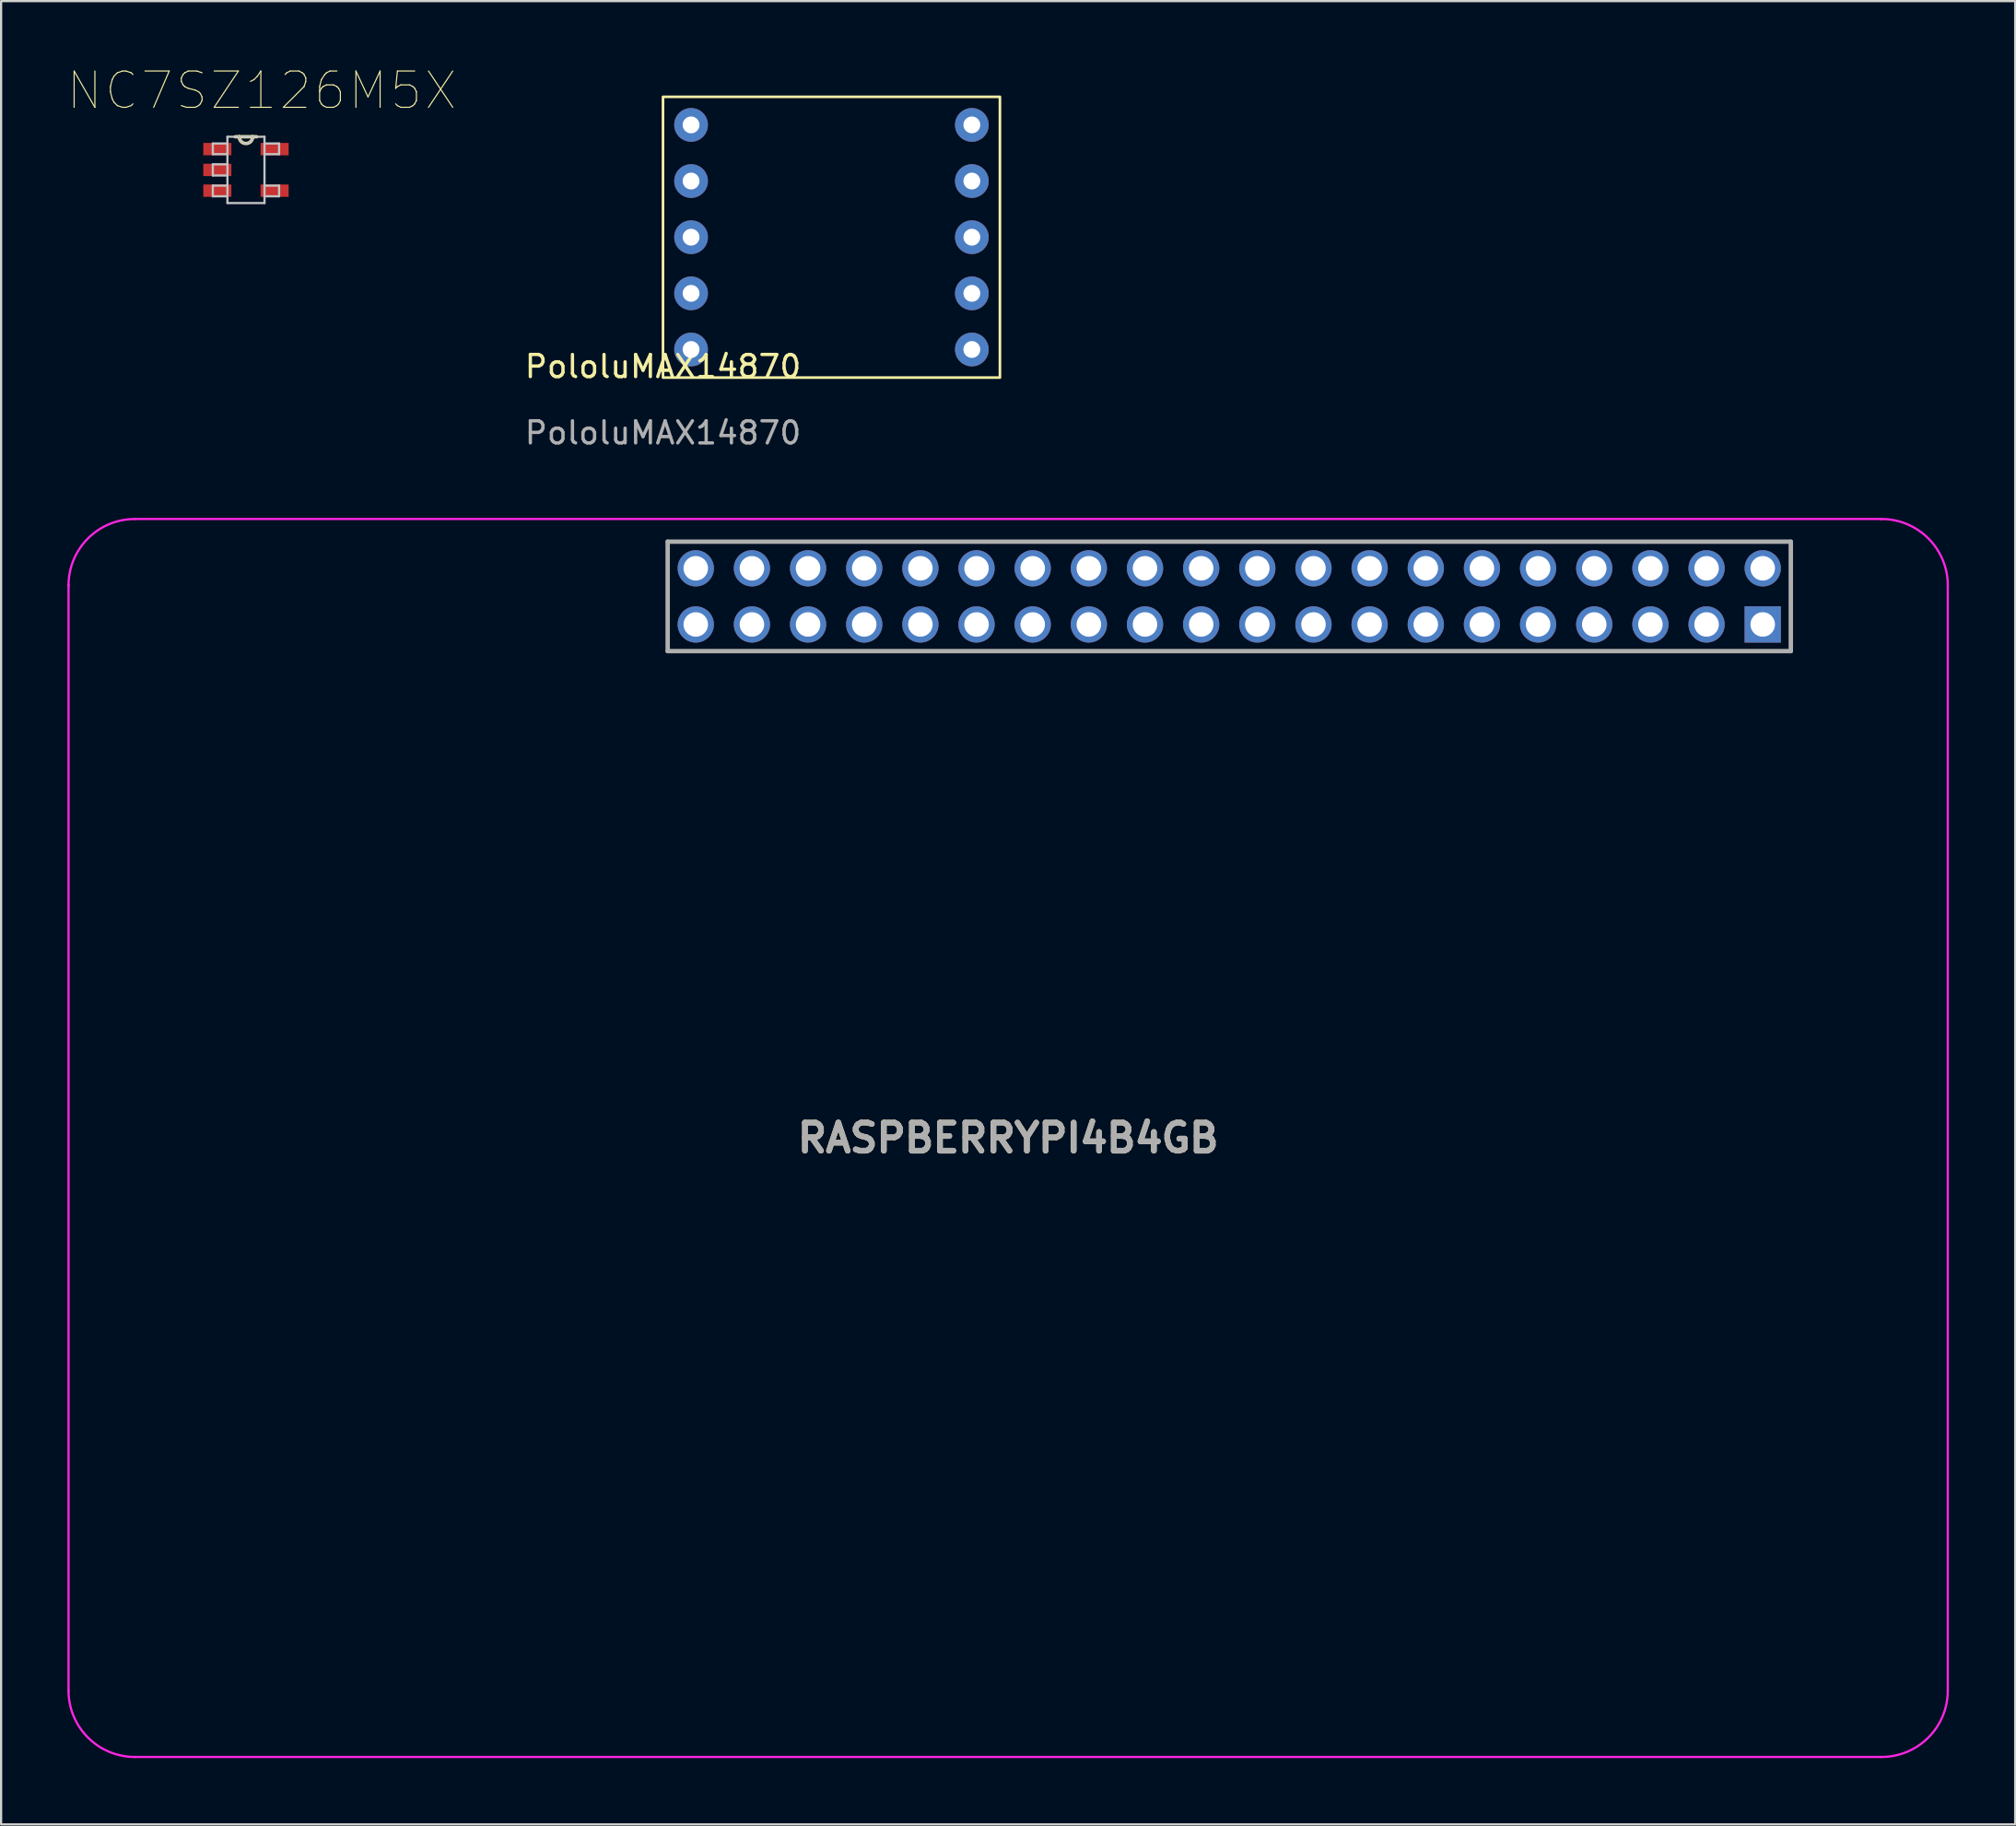
<source format=kicad_pcb>
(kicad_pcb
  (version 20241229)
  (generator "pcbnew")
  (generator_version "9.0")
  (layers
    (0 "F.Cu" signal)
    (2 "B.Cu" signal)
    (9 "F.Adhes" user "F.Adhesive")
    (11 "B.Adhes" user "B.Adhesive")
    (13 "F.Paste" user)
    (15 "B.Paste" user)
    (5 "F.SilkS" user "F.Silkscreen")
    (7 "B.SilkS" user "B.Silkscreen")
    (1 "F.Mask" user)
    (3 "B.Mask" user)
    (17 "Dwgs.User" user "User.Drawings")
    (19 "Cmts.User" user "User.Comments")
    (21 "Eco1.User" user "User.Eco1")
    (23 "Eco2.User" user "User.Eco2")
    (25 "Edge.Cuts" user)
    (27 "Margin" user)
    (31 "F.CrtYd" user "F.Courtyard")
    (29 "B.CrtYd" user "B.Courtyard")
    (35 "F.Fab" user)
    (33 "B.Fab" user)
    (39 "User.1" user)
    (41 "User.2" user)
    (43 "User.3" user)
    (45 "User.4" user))
  (footprint "PololuMAX14870"
    (layer "F.Cu")
    (at 26.938 14.03)
    (property "Reference" "PololuMAX14870" (at 0 -0.5 0) (unlocked yes) (layer "F.SilkS") (effects (font (size 1 1) (thickness 0.15))))
    (attr through_hole)
    (fp_rect (start 0 0) (end 15.24 -12.7) (stroke (width 0.12) (type solid)) (fill no) (layer "F.SilkS"))
    (fp_rect (start -1.27 -13.97) (end 16.51 1.27) (stroke (width 0.12) (type solid)) (fill no) (layer "Margin"))
    (fp_text user "${REFERENCE}" (at 0 2.5 0) (unlocked yes) (layer "F.Fab") (effects (font (size 1 1) (thickness 0.15))))
    (pad "1" thru_hole circle (at 1.27 -11.43) (size 1.524 1.524) (drill 0.762) (layers "*.Cu" "*.Mask"))
    (pad "2" thru_hole circle (at 1.27 -8.89) (size 1.524 1.524) (drill 0.762) (layers "*.Cu" "*.Mask"))
    (pad "3" thru_hole circle (at 1.27 -6.35) (size 1.524 1.524) (drill 0.762) (layers "*.Cu" "*.Mask"))
    (pad "4" thru_hole circle (at 1.27 -3.81) (size 1.524 1.524) (drill 0.762) (layers "*.Cu" "*.Mask"))
    (pad "5" thru_hole circle (at 1.27 -1.27) (size 1.524 1.524) (drill 0.762) (layers "*.Cu" "*.Mask"))
    (pad "5" thru_hole circle (at 13.97 -1.27) (size 1.524 1.524) (drill 0.762) (layers "*.Cu" "*.Mask"))
    (pad "6" thru_hole circle (at 13.97 -11.43) (size 1.524 1.524) (drill 0.762) (layers "*.Cu" "*.Mask"))
    (pad "7" thru_hole circle (at 13.97 -8.89) (size 1.524 1.524) (drill 0.762) (layers "*.Cu" "*.Mask"))
    (pad "8" thru_hole circle (at 13.97 -6.35) (size 1.524 1.524) (drill 0.762) (layers "*.Cu" "*.Mask"))
    (pad "9" thru_hole circle (at 13.97 -3.81) (size 1.524 1.524) (drill 0.762) (layers "*.Cu" "*.Mask")))
  (footprint "NC7SZ126M5X"
    (layer "F.Cu")
    (at 8.075 4.635)
    (property "Reference" "NC7SZ126M5X" (at 0.712 -3.587 0) (layer "F.SilkS") (effects (font (size 1.642 1.642) (thickness 0.05))))
    (attr smd)
    (fp_line (start -0.305 -1.499) (end -0.483 -1.499) (stroke (width 0.152) (type solid)) (layer "F.SilkS"))
    (fp_line (start 0.305 -1.499) (end -0.305 -1.499) (stroke (width 0.152) (type solid)) (layer "F.SilkS"))
    (fp_line (start 0.483 -1.499) (end 0.305 -1.499) (stroke (width 0.152) (type solid)) (layer "F.SilkS"))
    (fp_arc (start 0.3048 -1.4986) (mid 0 -1.1938) (end -0.3048 -1.4986) (stroke (width 0.1524) (type solid)) (layer "F.SilkS"))
    (fp_line (start -1.499 -1.194) (end -1.499 -0.711) (stroke (width 0.1) (type solid)) (layer "Dwgs.User"))
    (fp_line (start -1.499 -0.711) (end -0.838 -0.711) (stroke (width 0.1) (type solid)) (layer "Dwgs.User"))
    (fp_line (start -1.499 -0.254) (end -1.499 0.254) (stroke (width 0.1) (type solid)) (layer "Dwgs.User"))
    (fp_line (start -1.499 0.254) (end -0.838 0.254) (stroke (width 0.1) (type solid)) (layer "Dwgs.User"))
    (fp_line (start -1.499 0.711) (end -1.499 1.194) (stroke (width 0.1) (type solid)) (layer "Dwgs.User"))
    (fp_line (start -1.499 1.194) (end -0.838 1.194) (stroke (width 0.1) (type solid)) (layer "Dwgs.User"))
    (fp_line (start -0.838 -1.499) (end -0.838 -1.194) (stroke (width 0.1) (type solid)) (layer "Dwgs.User"))
    (fp_line (start -0.838 -1.194) (end -1.499 -1.194) (stroke (width 0.1) (type solid)) (layer "Dwgs.User"))
    (fp_line (start -0.838 -1.194) (end -0.838 -0.711) (stroke (width 0.1) (type solid)) (layer "Dwgs.User"))
    (fp_line (start -0.838 -0.711) (end -0.838 -0.254) (stroke (width 0.1) (type solid)) (layer "Dwgs.User"))
    (fp_line (start -0.838 -0.254) (end -1.499 -0.254) (stroke (width 0.1) (type solid)) (layer "Dwgs.User"))
    (fp_line (start -0.838 -0.254) (end -0.838 0.254) (stroke (width 0.1) (type solid)) (layer "Dwgs.User"))
    (fp_line (start -0.838 0.254) (end -0.838 0.711) (stroke (width 0.1) (type solid)) (layer "Dwgs.User"))
    (fp_line (start -0.838 0.711) (end -1.499 0.711) (stroke (width 0.1) (type solid)) (layer "Dwgs.User"))
    (fp_line (start -0.838 1.194) (end -0.838 0.711) (stroke (width 0.1) (type solid)) (layer "Dwgs.User"))
    (fp_line (start -0.838 1.499) (end -0.838 1.194) (stroke (width 0.1) (type solid)) (layer "Dwgs.User"))
    (fp_line (start -0.838 1.499) (end 0.838 1.499) (stroke (width 0.1) (type solid)) (layer "Dwgs.User"))
    (fp_line (start -0.305 -1.499) (end -0.838 -1.499) (stroke (width 0.1) (type solid)) (layer "Dwgs.User"))
    (fp_line (start 0.305 -1.499) (end -0.305 -1.499) (stroke (width 0.1) (type solid)) (layer "Dwgs.User"))
    (fp_line (start 0.838 -1.499) (end 0.305 -1.499) (stroke (width 0.1) (type solid)) (layer "Dwgs.User"))
    (fp_line (start 0.838 -1.499) (end 0.838 -1.194) (stroke (width 0.1) (type solid)) (layer "Dwgs.User"))
    (fp_line (start 0.838 -1.194) (end 0.838 -0.711) (stroke (width 0.1) (type solid)) (layer "Dwgs.User"))
    (fp_line (start 0.838 -0.711) (end 1.499 -0.711) (stroke (width 0.1) (type solid)) (layer "Dwgs.User"))
    (fp_line (start 0.838 0.711) (end 0.838 -0.711) (stroke (width 0.1) (type solid)) (layer "Dwgs.User"))
    (fp_line (start 0.838 1.194) (end 0.838 0.711) (stroke (width 0.1) (type solid)) (layer "Dwgs.User"))
    (fp_line (start 0.838 1.194) (end 1.499 1.194) (stroke (width 0.1) (type solid)) (layer "Dwgs.User"))
    (fp_line (start 0.838 1.499) (end 0.838 1.194) (stroke (width 0.1) (type solid)) (layer "Dwgs.User"))
    (fp_line (start 1.499 -1.194) (end 0.838 -1.194) (stroke (width 0.1) (type solid)) (layer "Dwgs.User"))
    (fp_line (start 1.499 -0.711) (end 1.499 -1.194) (stroke (width 0.1) (type solid)) (layer "Dwgs.User"))
    (fp_line (start 1.499 0.711) (end 0.838 0.711) (stroke (width 0.1) (type solid)) (layer "Dwgs.User"))
    (fp_line (start 1.499 1.194) (end 1.499 0.711) (stroke (width 0.1) (type solid)) (layer "Dwgs.User"))
    (fp_arc (start 0.3048 -1.4986) (mid 0 -1.1938) (end -0.3048 -1.4986) (stroke (width 0.1) (type solid)) (layer "Dwgs.User"))
    (pad "1" smd rect (at -1.295 -0.94) (size 1.27 0.559) (layers "F.Cu" "F.Mask" "F.Paste"))
    (pad "2" smd rect (at -1.295 0) (size 1.27 0.559) (layers "F.Cu" "F.Mask" "F.Paste"))
    (pad "3" smd rect (at -1.295 0.94) (size 1.27 0.559) (layers "F.Cu" "F.Mask" "F.Paste"))
    (pad "4" smd rect (at 1.295 0.94) (size 1.27 0.559) (layers "F.Cu" "F.Mask" "F.Paste"))
    (pad "5" smd rect (at 1.295 -0.94) (size 1.27 0.559) (layers "F.Cu" "F.Mask" "F.Paste")))
  (footprint "RASPBERRYPI4B4GB"
    (layer "F.Cu")
    (at 76.68 25.198)
    (property "Reference" "RASPBERRYPI4B4GB" (at -34.13 23.23 0) (layer "F.SilkS") (effects (font (size 1.27 1.27) (thickness 0.254))))
    (attr through_hole)
    (fp_line (start -49.53 -3.745) (end 1.27 -3.745) (stroke (width 0.1) (type solid)) (layer "F.SilkS"))
    (fp_line (start -49.53 1.205) (end -49.53 -3.745) (stroke (width 0.1) (type solid)) (layer "F.SilkS"))
    (fp_line (start 0 0) (end 0 0) (stroke (width 0.1) (type solid)) (layer "F.SilkS"))
    (fp_line (start 0 0) (end 0 0) (stroke (width 0.1) (type solid)) (layer "F.SilkS"))
    (fp_line (start 0 0) (end 0 0) (stroke (width 0.1) (type solid)) (layer "F.SilkS"))
    (fp_line (start 0 0) (end 0 0) (stroke (width 0.1) (type solid)) (layer "F.SilkS"))
    (fp_line (start 1.27 -3.745) (end 1.27 1.205) (stroke (width 0.1) (type solid)) (layer "F.SilkS"))
    (fp_line (start 1.27 1.205) (end -49.53 1.205) (stroke (width 0.1) (type solid)) (layer "F.SilkS"))
    (fp_line (start -76.63 -1.77) (end -76.63 -1.77) (stroke (width 0.1) (type solid)) (layer "F.CrtYd"))
    (fp_line (start -76.63 48.23) (end -76.63 -1.77) (stroke (width 0.1) (type solid)) (layer "F.CrtYd"))
    (fp_line (start -73.63 -4.77) (end 5.37 -4.77) (stroke (width 0.1) (type solid)) (layer "F.CrtYd"))
    (fp_line (start -73.63 51.23) (end -73.63 51.23) (stroke (width 0.1) (type solid)) (layer "F.CrtYd"))
    (fp_line (start 5.37 -4.77) (end 5.37 -4.77) (stroke (width 0.1) (type solid)) (layer "F.CrtYd"))
    (fp_line (start 5.37 51.23) (end -73.63 51.23) (stroke (width 0.1) (type solid)) (layer "F.CrtYd"))
    (fp_line (start 8.37 -1.77) (end 8.37 48.23) (stroke (width 0.1) (type solid)) (layer "F.CrtYd"))
    (fp_line (start 8.37 48.23) (end 8.37 48.23) (stroke (width 0.1) (type solid)) (layer "F.CrtYd"))
    (fp_arc (start -76.63 -1.77) (mid -75.75132 -3.89132) (end -73.63 -4.77) (stroke (width 0.1) (type solid)) (layer "F.CrtYd"))
    (fp_arc (start -73.63 51.23) (mid -75.75132 50.35132) (end -76.63 48.23) (stroke (width 0.1) (type solid)) (layer "F.CrtYd"))
    (fp_arc (start 5.37 -4.77) (mid 7.49132 -3.89132) (end 8.37 -1.77) (stroke (width 0.1) (type solid)) (layer "F.CrtYd"))
    (fp_arc (start 8.37 48.23) (mid 7.49132 50.35132) (end 5.37 51.23) (stroke (width 0.1) (type solid)) (layer "F.CrtYd"))
    (fp_line (start -49.53 -3.745) (end -49.53 1.205) (stroke (width 0.2) (type solid)) (layer "F.Fab"))
    (fp_line (start -49.53 1.205) (end 1.27 1.205) (stroke (width 0.2) (type solid)) (layer "F.Fab"))
    (fp_line (start 1.27 -3.745) (end -49.53 -3.745) (stroke (width 0.2) (type solid)) (layer "F.Fab"))
    (fp_line (start 1.27 1.205) (end 1.27 -3.745) (stroke (width 0.2) (type solid)) (layer "F.Fab"))
    (fp_text user "${REFERENCE}" (at -34.13 23.23 0) (layer "F.Fab") (effects (font (size 1.27 1.27) (thickness 0.254))))
    (pad "" np_thru_hole circle (at -53.13 -1.27) (size 0.001 0.001) (drill 2.7) (layers "*.Cu" "*.Mask"))
    (pad "" np_thru_hole circle (at -53.13 47.73) (size 0.001 0.001) (drill 2.7) (layers "*.Cu" "*.Mask"))
    (pad "" np_thru_hole circle (at 4.87 -1.27) (size 0.001 0.001) (drill 2.7) (layers "*.Cu" "*.Mask"))
    (pad "" np_thru_hole circle (at 4.87 47.73) (size 0.001 0.001) (drill 2.7) (layers "*.Cu" "*.Mask"))
    (pad "1" thru_hole rect (at 0 0) (size 1.64 1.64) (drill 1.11) (layers "*.Cu" "*.Mask"))
    (pad "2" thru_hole circle (at 0 -2.54) (size 1.64 1.64) (drill 1.11) (layers "*.Cu" "*.Mask"))
    (pad "3" thru_hole circle (at -2.54 0) (size 1.64 1.64) (drill 1.11) (layers "*.Cu" "*.Mask"))
    (pad "4" thru_hole circle (at -2.54 -2.54) (size 1.64 1.64) (drill 1.11) (layers "*.Cu" "*.Mask"))
    (pad "5" thru_hole circle (at -5.08 0) (size 1.64 1.64) (drill 1.11) (layers "*.Cu" "*.Mask"))
    (pad "6" thru_hole circle (at -5.08 -2.54) (size 1.64 1.64) (drill 1.11) (layers "*.Cu" "*.Mask"))
    (pad "7" thru_hole circle (at -7.62 0) (size 1.64 1.64) (drill 1.11) (layers "*.Cu" "*.Mask"))
    (pad "8" thru_hole circle (at -7.62 -2.54) (size 1.64 1.64) (drill 1.11) (layers "*.Cu" "*.Mask"))
    (pad "9" thru_hole circle (at -10.16 0) (size 1.64 1.64) (drill 1.11) (layers "*.Cu" "*.Mask"))
    (pad "10" thru_hole circle (at -10.16 -2.54) (size 1.64 1.64) (drill 1.11) (layers "*.Cu" "*.Mask"))
    (pad "11" thru_hole circle (at -12.7 0) (size 1.64 1.64) (drill 1.11) (layers "*.Cu" "*.Mask"))
    (pad "12" thru_hole circle (at -12.7 -2.54) (size 1.64 1.64) (drill 1.11) (layers "*.Cu" "*.Mask"))
    (pad "13" thru_hole circle (at -15.24 0) (size 1.64 1.64) (drill 1.11) (layers "*.Cu" "*.Mask"))
    (pad "14" thru_hole circle (at -15.24 -2.54) (size 1.64 1.64) (drill 1.11) (layers "*.Cu" "*.Mask"))
    (pad "15" thru_hole circle (at -17.78 0) (size 1.64 1.64) (drill 1.11) (layers "*.Cu" "*.Mask"))
    (pad "16" thru_hole circle (at -17.78 -2.54) (size 1.64 1.64) (drill 1.11) (layers "*.Cu" "*.Mask"))
    (pad "17" thru_hole circle (at -20.32 0) (size 1.64 1.64) (drill 1.11) (layers "*.Cu" "*.Mask"))
    (pad "18" thru_hole circle (at -20.32 -2.54) (size 1.64 1.64) (drill 1.11) (layers "*.Cu" "*.Mask"))
    (pad "19" thru_hole circle (at -22.86 0) (size 1.64 1.64) (drill 1.11) (layers "*.Cu" "*.Mask"))
    (pad "20" thru_hole circle (at -22.86 -2.54) (size 1.64 1.64) (drill 1.11) (layers "*.Cu" "*.Mask"))
    (pad "21" thru_hole circle (at -25.4 0) (size 1.64 1.64) (drill 1.11) (layers "*.Cu" "*.Mask"))
    (pad "22" thru_hole circle (at -25.4 -2.54) (size 1.64 1.64) (drill 1.11) (layers "*.Cu" "*.Mask"))
    (pad "23" thru_hole circle (at -27.94 0) (size 1.64 1.64) (drill 1.11) (layers "*.Cu" "*.Mask"))
    (pad "24" thru_hole circle (at -27.94 -2.54) (size 1.64 1.64) (drill 1.11) (layers "*.Cu" "*.Mask"))
    (pad "25" thru_hole circle (at -30.48 0) (size 1.64 1.64) (drill 1.11) (layers "*.Cu" "*.Mask"))
    (pad "26" thru_hole circle (at -30.48 -2.54) (size 1.64 1.64) (drill 1.11) (layers "*.Cu" "*.Mask"))
    (pad "27" thru_hole circle (at -33.02 0) (size 1.64 1.64) (drill 1.11) (layers "*.Cu" "*.Mask"))
    (pad "28" thru_hole circle (at -33.02 -2.54) (size 1.64 1.64) (drill 1.11) (layers "*.Cu" "*.Mask"))
    (pad "29" thru_hole circle (at -35.56 0) (size 1.64 1.64) (drill 1.11) (layers "*.Cu" "*.Mask"))
    (pad "30" thru_hole circle (at -35.56 -2.54) (size 1.64 1.64) (drill 1.11) (layers "*.Cu" "*.Mask"))
    (pad "31" thru_hole circle (at -38.1 0) (size 1.64 1.64) (drill 1.11) (layers "*.Cu" "*.Mask"))
    (pad "32" thru_hole circle (at -38.1 -2.54) (size 1.64 1.64) (drill 1.11) (layers "*.Cu" "*.Mask"))
    (pad "33" thru_hole circle (at -40.64 0) (size 1.64 1.64) (drill 1.11) (layers "*.Cu" "*.Mask"))
    (pad "34" thru_hole circle (at -40.64 -2.54) (size 1.64 1.64) (drill 1.11) (layers "*.Cu" "*.Mask"))
    (pad "35" thru_hole circle (at -43.18 0) (size 1.64 1.64) (drill 1.11) (layers "*.Cu" "*.Mask"))
    (pad "36" thru_hole circle (at -43.18 -2.54) (size 1.64 1.64) (drill 1.11) (layers "*.Cu" "*.Mask"))
    (pad "37" thru_hole circle (at -45.72 0) (size 1.64 1.64) (drill 1.11) (layers "*.Cu" "*.Mask"))
    (pad "38" thru_hole circle (at -45.72 -2.54) (size 1.64 1.64) (drill 1.11) (layers "*.Cu" "*.Mask"))
    (pad "39" thru_hole circle (at -48.26 0) (size 1.64 1.64) (drill 1.11) (layers "*.Cu" "*.Mask"))
    (pad "40" thru_hole circle (at -48.26 -2.54) (size 1.64 1.64) (drill 1.11) (layers "*.Cu" "*.Mask")))
  (gr_rect
    (start -3 -3)
    (end 88.1 79.478)
    (stroke (width 0.1) (type default))
    (fill no)
    (layer "Edge.Cuts")))
</source>
